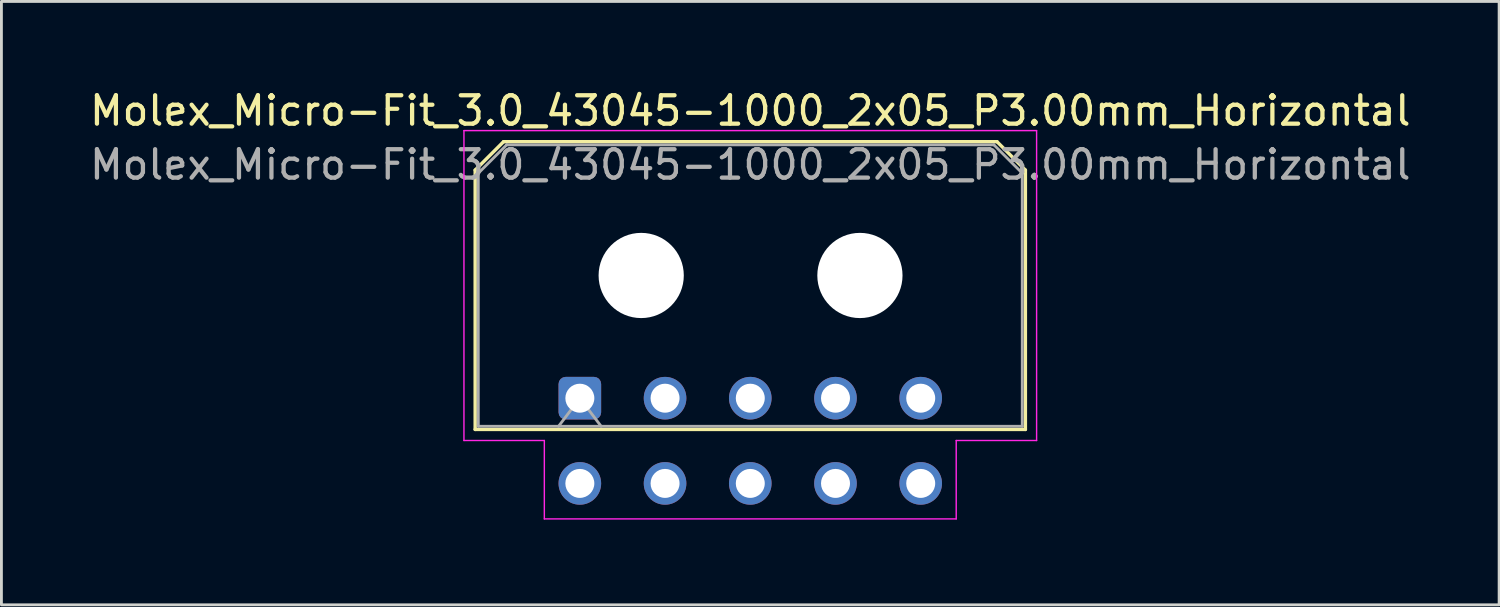
<source format=kicad_pcb>
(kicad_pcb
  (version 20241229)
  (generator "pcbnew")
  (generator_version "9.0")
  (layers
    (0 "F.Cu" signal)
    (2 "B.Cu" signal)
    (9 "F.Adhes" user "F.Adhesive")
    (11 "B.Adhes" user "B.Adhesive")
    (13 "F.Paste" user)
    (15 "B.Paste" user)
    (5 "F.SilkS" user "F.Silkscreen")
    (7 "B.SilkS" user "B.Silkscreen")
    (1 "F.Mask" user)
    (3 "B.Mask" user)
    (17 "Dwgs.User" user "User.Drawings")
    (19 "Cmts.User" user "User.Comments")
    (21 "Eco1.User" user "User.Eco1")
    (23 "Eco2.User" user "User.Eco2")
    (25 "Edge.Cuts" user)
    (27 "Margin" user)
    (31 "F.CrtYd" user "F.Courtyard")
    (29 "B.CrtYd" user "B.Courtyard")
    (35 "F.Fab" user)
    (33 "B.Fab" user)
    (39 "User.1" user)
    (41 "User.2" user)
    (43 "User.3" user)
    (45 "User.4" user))
  (footprint "Molex_Micro-Fit_3.0_43045-1000_2x05_P3.00mm_Horizontal"
    (layer "F.Cu")
    (at 17.363 10.968)
    (property "Reference" "Molex_Micro-Fit_3.0_43045-1000_2x05_P3.00mm_Horizontal" (at 6 -10.12 0) (layer "F.SilkS") (effects (font (size 1 1) (thickness 0.15))))
    (attr through_hole)
    (fp_line (start -3.685 -8.03) (end -2.685 -9.03) (stroke (width 0.12) (type solid)) (layer "F.SilkS"))
    (fp_line (start -3.685 1.1) (end -3.685 -8.03) (stroke (width 0.12) (type solid)) (layer "F.SilkS"))
    (fp_line (start -2.685 -9.03) (end 14.685 -9.03) (stroke (width 0.12) (type solid)) (layer "F.SilkS"))
    (fp_line (start 14.685 -9.03) (end 15.685 -8.03) (stroke (width 0.12) (type solid)) (layer "F.SilkS"))
    (fp_line (start 15.685 -8.03) (end 15.685 1.1) (stroke (width 0.12) (type solid)) (layer "F.SilkS"))
    (fp_line (start 15.685 1.1) (end -3.685 1.1) (stroke (width 0.12) (type solid)) (layer "F.SilkS"))
    (fp_line (start -4.08 -9.42) (end 16.08 -9.42) (stroke (width 0.05) (type solid)) (layer "F.CrtYd"))
    (fp_line (start -4.08 1.49) (end -4.08 -9.42) (stroke (width 0.05) (type solid)) (layer "F.CrtYd"))
    (fp_line (start -1.25 1.49) (end -4.08 1.49) (stroke (width 0.05) (type solid)) (layer "F.CrtYd"))
    (fp_line (start -1.25 4.25) (end -1.25 1.49) (stroke (width 0.05) (type solid)) (layer "F.CrtYd"))
    (fp_line (start 13.25 1.49) (end 13.25 4.25) (stroke (width 0.05) (type solid)) (layer "F.CrtYd"))
    (fp_line (start 13.25 4.25) (end -1.25 4.25) (stroke (width 0.05) (type solid)) (layer "F.CrtYd"))
    (fp_line (start 16.08 -9.42) (end 16.08 1.49) (stroke (width 0.05) (type solid)) (layer "F.CrtYd"))
    (fp_line (start 16.08 1.49) (end 13.25 1.49) (stroke (width 0.05) (type solid)) (layer "F.CrtYd"))
    (fp_line (start -3.575 -7.92) (end -2.575 -8.92) (stroke (width 0.1) (type solid)) (layer "F.Fab"))
    (fp_line (start -3.575 0.99) (end -3.575 -7.92) (stroke (width 0.1) (type solid)) (layer "F.Fab"))
    (fp_line (start -2.575 -8.92) (end 14.575 -8.92) (stroke (width 0.1) (type solid)) (layer "F.Fab"))
    (fp_line (start -0.75 0.99) (end 0 0) (stroke (width 0.1) (type solid)) (layer "F.Fab"))
    (fp_line (start 0 0) (end 0.75 0.99) (stroke (width 0.1) (type solid)) (layer "F.Fab"))
    (fp_line (start 14.575 -8.92) (end 15.575 -7.92) (stroke (width 0.1) (type solid)) (layer "F.Fab"))
    (fp_line (start 15.575 -7.92) (end 15.575 0.99) (stroke (width 0.1) (type solid)) (layer "F.Fab"))
    (fp_line (start 15.575 0.99) (end -3.575 0.99) (stroke (width 0.1) (type solid)) (layer "F.Fab"))
    (fp_text user "${REFERENCE}" (at 6 -8.22 0) (layer "F.Fab") (effects (font (size 1 1) (thickness 0.15))))
    (pad "" np_thru_hole circle (at 2.16 -4.32) (size 3 3) (drill 3) (layers "*.Cu" "*.Mask"))
    (pad "" np_thru_hole circle (at 9.86 -4.32) (size 3 3) (drill 3) (layers "*.Cu" "*.Mask"))
    (pad "1" thru_hole roundrect (at 0 0) (size 1.5 1.5) (drill 1.02) (layers "*.Cu" "*.Mask") (roundrect_rratio 0.167))
    (pad "2" thru_hole circle (at 3 0) (size 1.5 1.5) (drill 1.02) (layers "*.Cu" "*.Mask"))
    (pad "3" thru_hole circle (at 6 0) (size 1.5 1.5) (drill 1.02) (layers "*.Cu" "*.Mask"))
    (pad "4" thru_hole circle (at 9 0) (size 1.5 1.5) (drill 1.02) (layers "*.Cu" "*.Mask"))
    (pad "5" thru_hole circle (at 12 0) (size 1.5 1.5) (drill 1.02) (layers "*.Cu" "*.Mask"))
    (pad "6" thru_hole circle (at 0 3) (size 1.5 1.5) (drill 1.02) (layers "*.Cu" "*.Mask"))
    (pad "7" thru_hole circle (at 3 3) (size 1.5 1.5) (drill 1.02) (layers "*.Cu" "*.Mask"))
    (pad "8" thru_hole circle (at 6 3) (size 1.5 1.5) (drill 1.02) (layers "*.Cu" "*.Mask"))
    (pad "9" thru_hole circle (at 9 3) (size 1.5 1.5) (drill 1.02) (layers "*.Cu" "*.Mask"))
    (pad "10" thru_hole circle (at 12 3) (size 1.5 1.5) (drill 1.02) (layers "*.Cu" "*.Mask")))
  (gr_rect
    (start -3 -3)
    (end 49.726 18.243)
    (stroke (width 0.1) (type default))
    (fill no)
    (layer "Edge.Cuts")))
</source>
